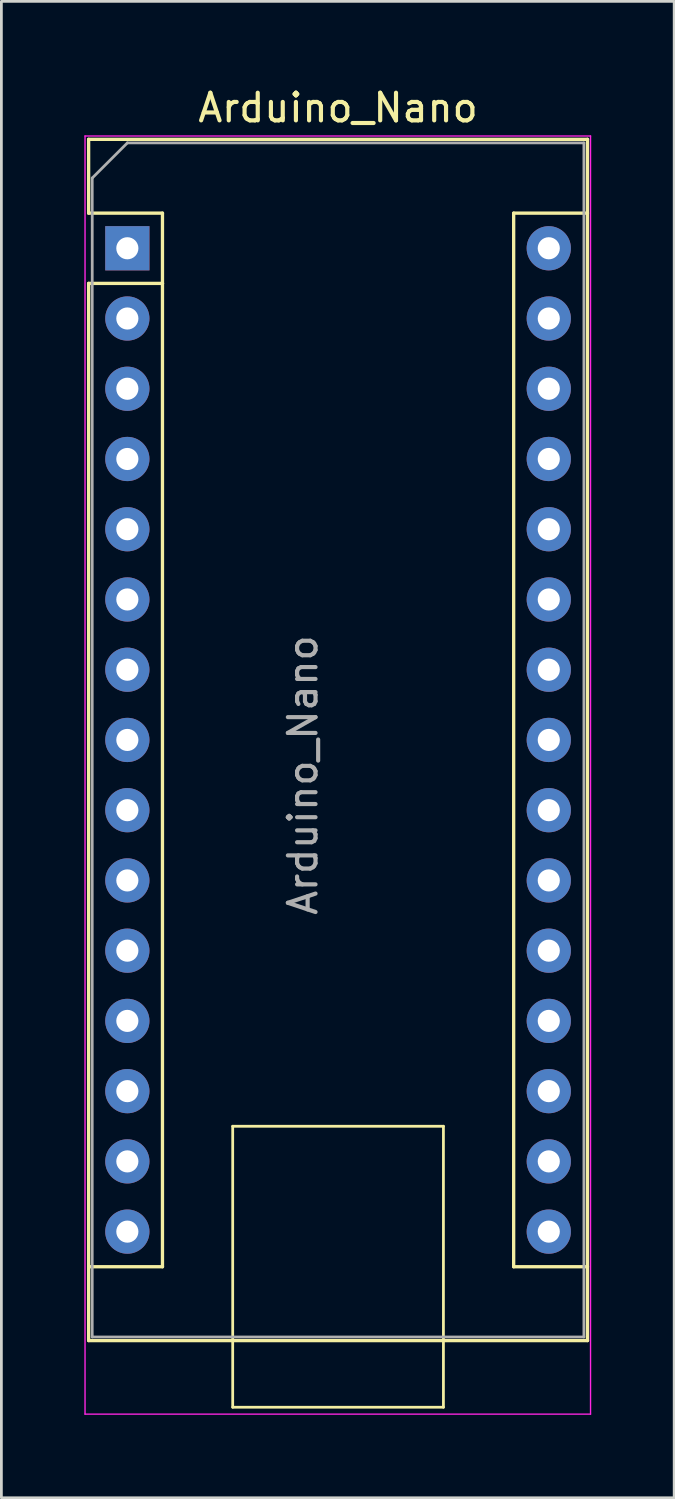
<source format=kicad_pcb>
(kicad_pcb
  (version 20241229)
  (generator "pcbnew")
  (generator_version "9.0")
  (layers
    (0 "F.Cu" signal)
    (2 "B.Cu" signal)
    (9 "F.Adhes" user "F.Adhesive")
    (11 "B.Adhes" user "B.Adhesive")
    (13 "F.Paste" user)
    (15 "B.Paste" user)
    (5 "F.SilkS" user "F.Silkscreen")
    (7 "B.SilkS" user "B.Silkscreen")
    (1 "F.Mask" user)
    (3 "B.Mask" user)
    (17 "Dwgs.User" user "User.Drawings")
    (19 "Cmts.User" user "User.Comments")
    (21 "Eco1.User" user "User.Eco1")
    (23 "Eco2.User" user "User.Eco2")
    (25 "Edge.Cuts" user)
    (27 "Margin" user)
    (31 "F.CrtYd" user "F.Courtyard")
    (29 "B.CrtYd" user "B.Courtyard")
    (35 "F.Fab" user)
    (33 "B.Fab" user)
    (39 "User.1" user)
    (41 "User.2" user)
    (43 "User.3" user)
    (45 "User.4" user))
  (footprint "Arduino_Nano"
    (layer "F.Cu")
    (at 1.555 5.928)
    (property "Reference" "Arduino_Nano" (at 7.62 -5.08 0) (layer "F.SilkS") (effects (font (size 1 1) (thickness 0.15))))
    (attr through_hole)
    (fp_line (start -1.4 -3.94) (end -1.4 -1.27) (stroke (width 0.12) (type solid)) (layer "F.SilkS"))
    (fp_line (start -1.4 1.27) (end -1.4 39.5) (stroke (width 0.12) (type solid)) (layer "F.SilkS"))
    (fp_line (start -1.4 39.5) (end 16.64 39.5) (stroke (width 0.12) (type solid)) (layer "F.SilkS"))
    (fp_line (start 1.27 -1.27) (end -1.4 -1.27) (stroke (width 0.12) (type solid)) (layer "F.SilkS"))
    (fp_line (start 1.27 1.27) (end -1.4 1.27) (stroke (width 0.12) (type solid)) (layer "F.SilkS"))
    (fp_line (start 1.27 1.27) (end 1.27 -1.27) (stroke (width 0.12) (type solid)) (layer "F.SilkS"))
    (fp_line (start 1.27 1.27) (end 1.27 36.83) (stroke (width 0.12) (type solid)) (layer "F.SilkS"))
    (fp_line (start 1.27 36.83) (end -1.4 36.83) (stroke (width 0.12) (type solid)) (layer "F.SilkS"))
    (fp_line (start 3.81 31.75) (end 11.43 31.75) (stroke (width 0.1) (type solid)) (layer "F.SilkS"))
    (fp_line (start 3.81 41.91) (end 3.81 31.75) (stroke (width 0.1) (type solid)) (layer "F.SilkS"))
    (fp_line (start 11.43 31.75) (end 11.43 41.91) (stroke (width 0.1) (type solid)) (layer "F.SilkS"))
    (fp_line (start 11.43 41.91) (end 3.81 41.91) (stroke (width 0.1) (type solid)) (layer "F.SilkS"))
    (fp_line (start 13.97 -1.27) (end 13.97 36.83) (stroke (width 0.12) (type solid)) (layer "F.SilkS"))
    (fp_line (start 13.97 -1.27) (end 16.64 -1.27) (stroke (width 0.12) (type solid)) (layer "F.SilkS"))
    (fp_line (start 13.97 36.83) (end 16.64 36.83) (stroke (width 0.12) (type solid)) (layer "F.SilkS"))
    (fp_line (start 16.64 -3.94) (end -1.4 -3.94) (stroke (width 0.12) (type solid)) (layer "F.SilkS"))
    (fp_line (start 16.64 39.5) (end 16.64 -3.94) (stroke (width 0.12) (type solid)) (layer "F.SilkS"))
    (fp_line (start -1.53 -4.06) (end -1.53 42.16) (stroke (width 0.05) (type solid)) (layer "F.CrtYd"))
    (fp_line (start -1.53 -4.06) (end 16.75 -4.06) (stroke (width 0.05) (type solid)) (layer "F.CrtYd"))
    (fp_line (start 16.75 42.16) (end -1.53 42.16) (stroke (width 0.05) (type solid)) (layer "F.CrtYd"))
    (fp_line (start 16.75 42.16) (end 16.75 -4.06) (stroke (width 0.05) (type solid)) (layer "F.CrtYd"))
    (fp_line (start -1.27 -2.54) (end 0 -3.81) (stroke (width 0.1) (type solid)) (layer "F.Fab"))
    (fp_line (start -1.27 39.37) (end -1.27 -2.54) (stroke (width 0.1) (type solid)) (layer "F.Fab"))
    (fp_line (start 0 -3.81) (end 16.51 -3.81) (stroke (width 0.1) (type solid)) (layer "F.Fab"))
    (fp_line (start 16.51 -3.81) (end 16.51 39.37) (stroke (width 0.1) (type solid)) (layer "F.Fab"))
    (fp_line (start 16.51 39.37) (end -1.27 39.37) (stroke (width 0.1) (type solid)) (layer "F.Fab"))
    (fp_text user "${REFERENCE}" (at 6.35 19.05 90) (layer "F.Fab") (effects (font (size 1 1) (thickness 0.15))))
    (pad "1" thru_hole rect (at 0 0) (size 1.6 1.6) (drill 0.8) (layers "*.Cu" "*.Mask"))
    (pad "2" thru_hole oval (at 0 2.54) (size 1.6 1.6) (drill 0.8) (layers "*.Cu" "*.Mask"))
    (pad "3" thru_hole oval (at 0 5.08) (size 1.6 1.6) (drill 0.8) (layers "*.Cu" "*.Mask"))
    (pad "4" thru_hole oval (at 0 7.62) (size 1.6 1.6) (drill 0.8) (layers "*.Cu" "*.Mask"))
    (pad "5" thru_hole oval (at 0 10.16) (size 1.6 1.6) (drill 0.8) (layers "*.Cu" "*.Mask"))
    (pad "6" thru_hole oval (at 0 12.7) (size 1.6 1.6) (drill 0.8) (layers "*.Cu" "*.Mask"))
    (pad "7" thru_hole oval (at 0 15.24) (size 1.6 1.6) (drill 0.8) (layers "*.Cu" "*.Mask"))
    (pad "8" thru_hole oval (at 0 17.78) (size 1.6 1.6) (drill 0.8) (layers "*.Cu" "*.Mask"))
    (pad "9" thru_hole oval (at 0 20.32) (size 1.6 1.6) (drill 0.8) (layers "*.Cu" "*.Mask"))
    (pad "10" thru_hole oval (at 0 22.86) (size 1.6 1.6) (drill 0.8) (layers "*.Cu" "*.Mask"))
    (pad "11" thru_hole oval (at 0 25.4) (size 1.6 1.6) (drill 0.8) (layers "*.Cu" "*.Mask"))
    (pad "12" thru_hole oval (at 0 27.94) (size 1.6 1.6) (drill 0.8) (layers "*.Cu" "*.Mask"))
    (pad "13" thru_hole oval (at 0 30.48) (size 1.6 1.6) (drill 0.8) (layers "*.Cu" "*.Mask"))
    (pad "14" thru_hole oval (at 0 33.02) (size 1.6 1.6) (drill 0.8) (layers "*.Cu" "*.Mask"))
    (pad "15" thru_hole oval (at 0 35.56) (size 1.6 1.6) (drill 0.8) (layers "*.Cu" "*.Mask"))
    (pad "16" thru_hole oval (at 15.24 35.56) (size 1.6 1.6) (drill 0.8) (layers "*.Cu" "*.Mask"))
    (pad "17" thru_hole oval (at 15.24 33.02) (size 1.6 1.6) (drill 0.8) (layers "*.Cu" "*.Mask"))
    (pad "18" thru_hole oval (at 15.24 30.48) (size 1.6 1.6) (drill 0.8) (layers "*.Cu" "*.Mask"))
    (pad "19" thru_hole oval (at 15.24 27.94) (size 1.6 1.6) (drill 0.8) (layers "*.Cu" "*.Mask"))
    (pad "20" thru_hole oval (at 15.24 25.4) (size 1.6 1.6) (drill 0.8) (layers "*.Cu" "*.Mask"))
    (pad "21" thru_hole oval (at 15.24 22.86) (size 1.6 1.6) (drill 0.8) (layers "*.Cu" "*.Mask"))
    (pad "22" thru_hole oval (at 15.24 20.32) (size 1.6 1.6) (drill 0.8) (layers "*.Cu" "*.Mask"))
    (pad "23" thru_hole oval (at 15.24 17.78) (size 1.6 1.6) (drill 0.8) (layers "*.Cu" "*.Mask"))
    (pad "24" thru_hole oval (at 15.24 15.24) (size 1.6 1.6) (drill 0.8) (layers "*.Cu" "*.Mask"))
    (pad "25" thru_hole oval (at 15.24 12.7) (size 1.6 1.6) (drill 0.8) (layers "*.Cu" "*.Mask"))
    (pad "26" thru_hole oval (at 15.24 10.16) (size 1.6 1.6) (drill 0.8) (layers "*.Cu" "*.Mask"))
    (pad "27" thru_hole oval (at 15.24 7.62) (size 1.6 1.6) (drill 0.8) (layers "*.Cu" "*.Mask"))
    (pad "28" thru_hole oval (at 15.24 5.08) (size 1.6 1.6) (drill 0.8) (layers "*.Cu" "*.Mask"))
    (pad "29" thru_hole oval (at 15.24 2.54) (size 1.6 1.6) (drill 0.8) (layers "*.Cu" "*.Mask"))
    (pad "30" thru_hole oval (at 15.24 0) (size 1.6 1.6) (drill 0.8) (layers "*.Cu" "*.Mask")))
  (gr_rect
    (start -3 -3)
    (end 21.33 51.113)
    (stroke (width 0.1) (type default))
    (fill no)
    (layer "Edge.Cuts")))
</source>
